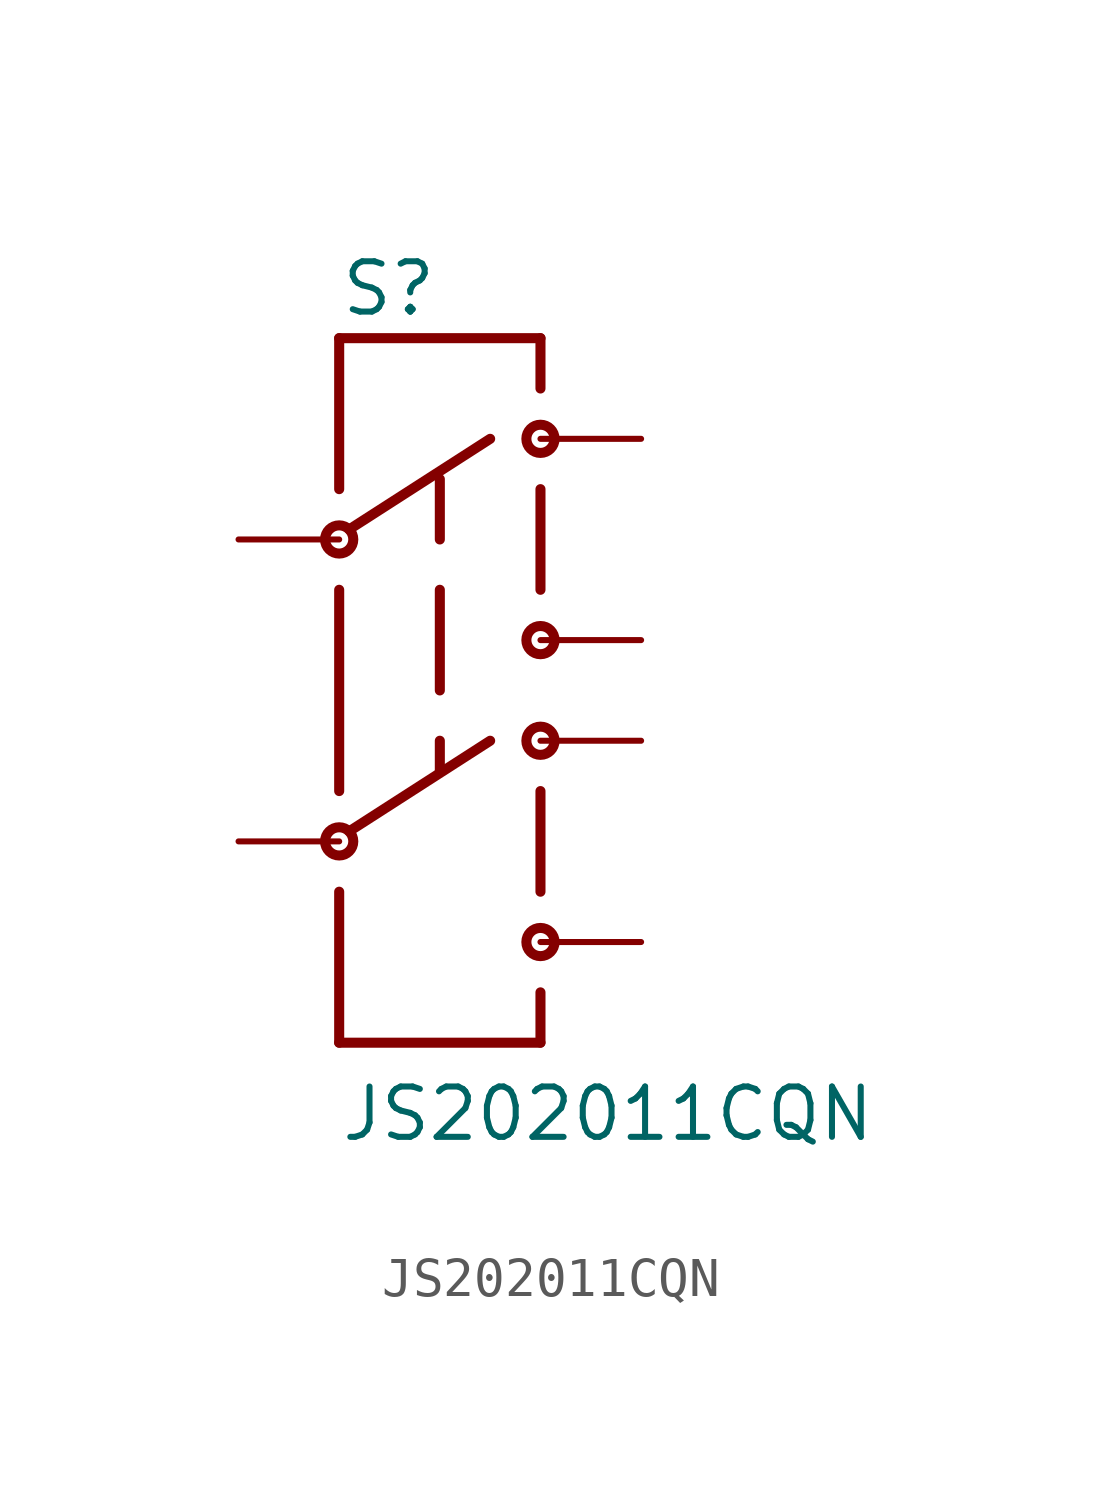
<source format=kicad_sym>
(kicad_symbol_lib
  (version 20220914)
  (generator kicad_symbol_editor)
  (symbol "JS202011CQN"
    (pin_numbers hide)
    (pin_names
      (offset 1.016) hide)
    (property "Reference" "S"
      (at -2.54 8.128 0)
      (effects (font (size 1.27 1.27)) (justify left bottom)))
    (property "Value" "JS202011CQN"
      (at -2.54 -12.7 0)
      (effects (font (size 1.27 1.27)) (justify left bottom)))
    (property "ki_locked" ""
      (at 0 0 0)
      (effects (font (size 1.27 1.27))))
    (symbol "JS202011CQN_0_0"
      (circle (center -2.54 -5.08) (radius 0.356) (stroke (width 0.254) (type default)) (fill (type none)))
      (circle (center -2.54 2.54) (radius 0.356) (stroke (width 0.254) (type default)) (fill (type none)))
      (polyline (pts (xy -2.54 -10.16) (xy 2.54 -10.16)) (stroke (width 0.254) (type default)) (fill (type none)))
      (polyline (pts (xy -2.54 -6.35) (xy -2.54 -10.16)) (stroke (width 0.254) (type default)) (fill (type none)))
      (polyline (pts (xy -2.54 1.27) (xy -2.54 -3.81)) (stroke (width 0.254) (type default)) (fill (type none)))
      (polyline (pts (xy -2.54 7.62) (xy -2.54 3.81)) (stroke (width 0.254) (type default)) (fill (type none)))
      (polyline (pts (xy -2.286 -4.826) (xy 1.27 -2.54)) (stroke (width 0.254) (type default)) (fill (type none)))
      (polyline (pts (xy 0 -2.54) (xy 0 -3.302)) (stroke (width 0.254) (type default)) (fill (type none)))
      (polyline (pts (xy 0 1.27) (xy 0 -1.27)) (stroke (width 0.254) (type default)) (fill (type none)))
      (polyline (pts (xy 0 4.064) (xy 0 2.54)) (stroke (width 0.254) (type default)) (fill (type none)))
      (polyline (pts (xy 1.27 5.08) (xy -2.286 2.794)) (stroke (width 0.254) (type default)) (fill (type none)))
      (polyline (pts (xy 2.54 -10.16) (xy 2.54 -8.89)) (stroke (width 0.254) (type default)) (fill (type none)))
      (polyline (pts (xy 2.54 -6.35) (xy 2.54 -3.81)) (stroke (width 0.254) (type default)) (fill (type none)))
      (polyline (pts (xy 2.54 3.81) (xy 2.54 1.27)) (stroke (width 0.254) (type default)) (fill (type none)))
      (polyline (pts (xy 2.54 6.35) (xy 2.54 7.62)) (stroke (width 0.254) (type default)) (fill (type none)))
      (polyline (pts (xy 2.54 7.62) (xy -2.54 7.62)) (stroke (width 0.254) (type default)) (fill (type none)))
      (circle (center 2.54 -7.62) (radius 0.356) (stroke (width 0.254) (type default)) (fill (type none)))
      (circle (center 2.54 -2.54) (radius 0.356) (stroke (width 0.254) (type default)) (fill (type none)))
      (circle (center 2.54 0) (radius 0.356) (stroke (width 0.254) (type default)) (fill (type none)))
      (circle (center 2.54 5.08) (radius 0.356) (stroke (width 0.254) (type default)) (fill (type none)))
      (pin bidirectional line (at 5.08 5.08 180) (length 2.54) (name "~" (effects (font (size 1.016 1.016)))) (number "1" (effects (font (size 1.016 1.016)))))
      (pin bidirectional line (at -5.08 2.54 0) (length 2.54) (name "~" (effects (font (size 1.016 1.016)))) (number "2" (effects (font (size 1.016 1.016)))))
      (pin bidirectional line (at 5.08 0 180) (length 2.54) (name "~" (effects (font (size 1.016 1.016)))) (number "3" (effects (font (size 1.016 1.016)))))
      (pin bidirectional line (at 5.08 -2.54 180) (length 2.54) (name "~" (effects (font (size 1.016 1.016)))) (number "4" (effects (font (size 1.016 1.016)))))
      (pin bidirectional line (at -5.08 -5.08 0) (length 2.54) (name "~" (effects (font (size 1.016 1.016)))) (number "5" (effects (font (size 1.016 1.016)))))
      (pin bidirectional line (at 5.08 -7.62 180) (length 2.54) (name "~" (effects (font (size 1.016 1.016)))) (number "6" (effects (font (size 1.016 1.016))))))))
</source>
